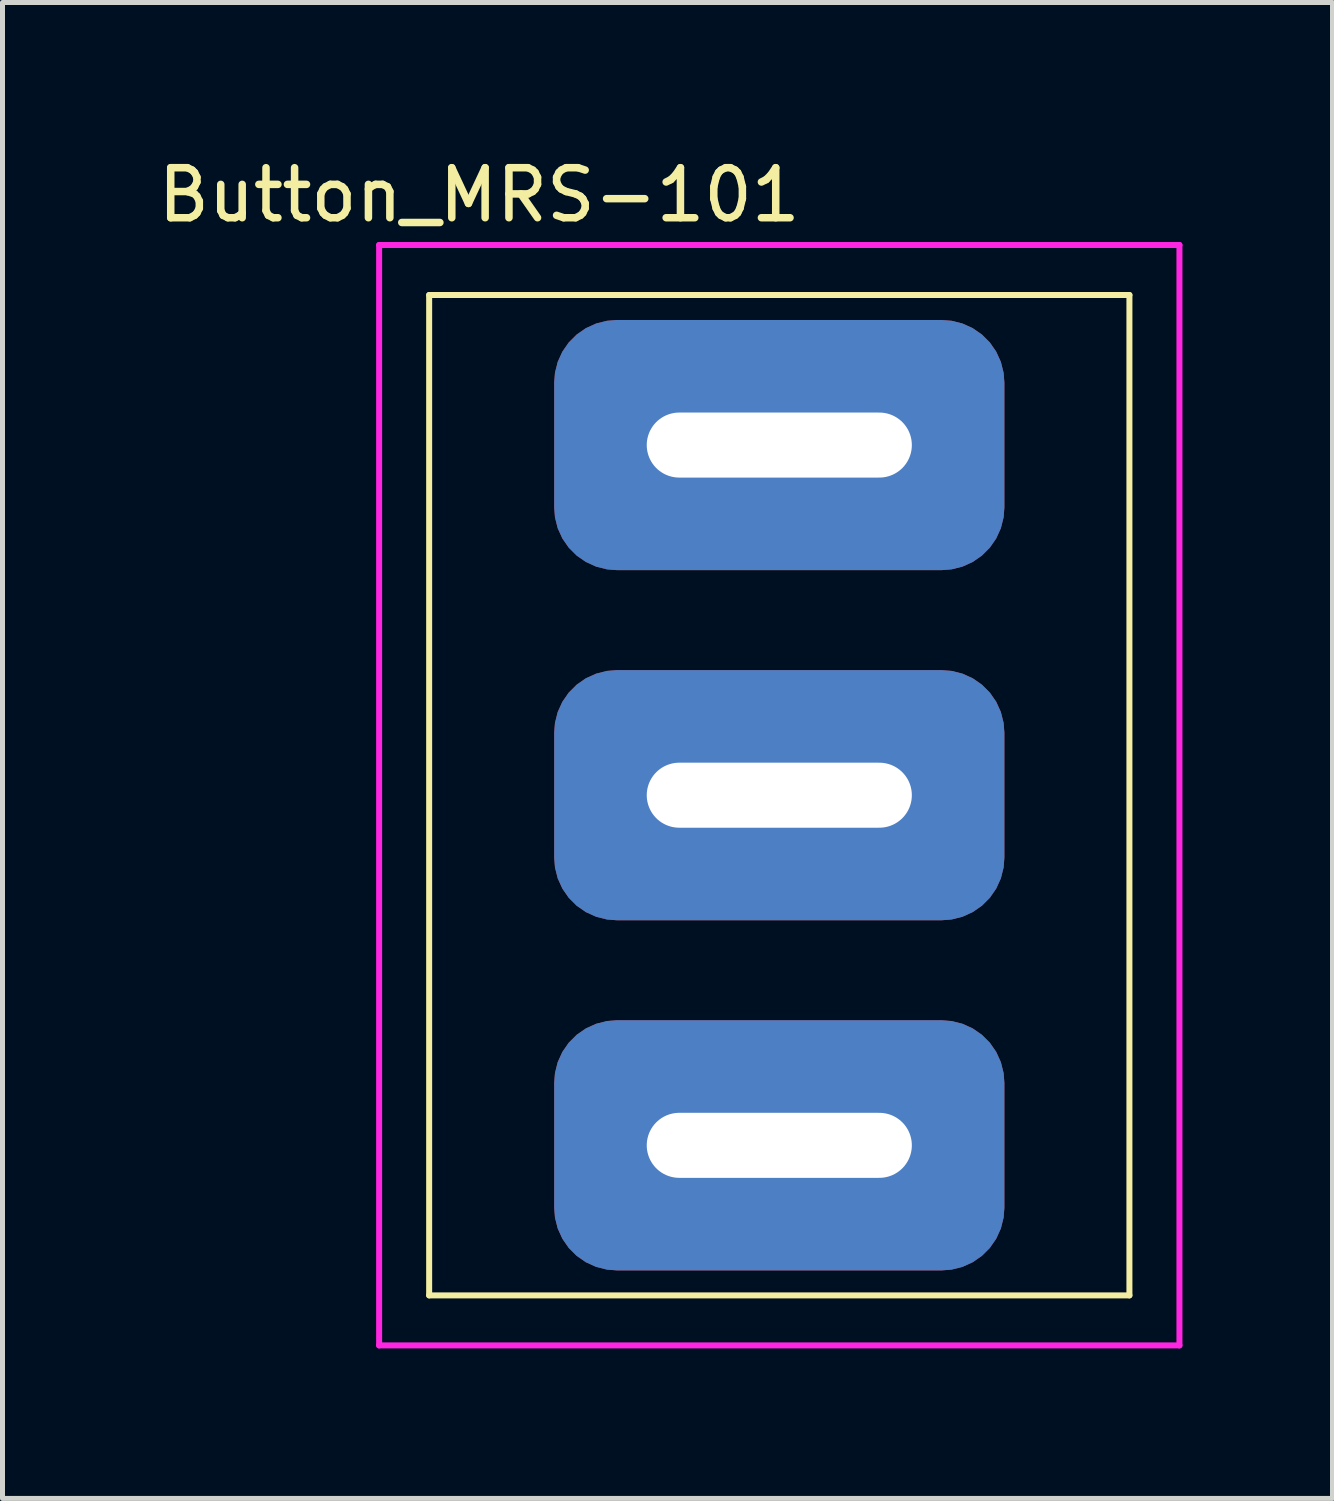
<source format=kicad_pcb>
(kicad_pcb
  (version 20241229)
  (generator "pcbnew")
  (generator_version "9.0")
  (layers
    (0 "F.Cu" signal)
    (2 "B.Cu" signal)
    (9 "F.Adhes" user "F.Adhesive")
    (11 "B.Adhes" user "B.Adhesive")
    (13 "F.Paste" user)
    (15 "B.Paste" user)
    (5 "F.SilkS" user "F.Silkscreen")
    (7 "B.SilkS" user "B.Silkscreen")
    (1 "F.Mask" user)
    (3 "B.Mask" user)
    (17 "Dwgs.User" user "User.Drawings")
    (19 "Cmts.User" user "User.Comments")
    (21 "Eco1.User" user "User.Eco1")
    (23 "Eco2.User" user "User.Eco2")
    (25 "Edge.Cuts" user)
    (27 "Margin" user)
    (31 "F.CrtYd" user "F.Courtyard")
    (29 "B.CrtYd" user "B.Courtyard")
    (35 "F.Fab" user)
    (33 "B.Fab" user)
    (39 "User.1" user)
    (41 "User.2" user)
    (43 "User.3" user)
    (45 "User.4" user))
  (footprint "Button_MRS-101"
    (layer "F.Cu")
    (at 12.53 12.848)
    (property "Reference" "Button_MRS-101" (at -6 -12 0) (layer "F.SilkS") (effects (font (size 1 1) (thickness 0.15))))
    (attr through_hole)
    (fp_line (start -7 -10) (end 7 -10) (stroke (width 0.12) (type solid)) (layer "F.SilkS"))
    (fp_line (start -7 10) (end -7 -10) (stroke (width 0.12) (type solid)) (layer "F.SilkS"))
    (fp_line (start 7 -10) (end 7 10) (stroke (width 0.12) (type solid)) (layer "F.SilkS"))
    (fp_line (start 7 10) (end -7 10) (stroke (width 0.12) (type solid)) (layer "F.SilkS"))
    (fp_line (start -8 -11) (end -8 11) (stroke (width 0.12) (type solid)) (layer "F.CrtYd"))
    (fp_line (start -8 -11) (end 8 -11) (stroke (width 0.12) (type solid)) (layer "F.CrtYd"))
    (fp_line (start -8 11) (end 8 11) (stroke (width 0.12) (type solid)) (layer "F.CrtYd"))
    (fp_line (start 8 -11) (end 8 11) (stroke (width 0.12) (type solid)) (layer "F.CrtYd"))
    (pad "1" thru_hole roundrect (at 0 -7) (size 9 5) (drill oval 5.3 1.3) (layers "*.Cu" "*.Mask") (roundrect_rratio 0.25))
    (pad "2" thru_hole roundrect (at 0 0) (size 9 5) (drill oval 5.3 1.3) (layers "*.Cu" "*.Mask") (roundrect_rratio 0.25))
    (pad "3" thru_hole roundrect (at 0 7) (size 9 5) (drill oval 5.3 1.3) (layers "*.Cu" "*.Mask") (roundrect_rratio 0.25)))
  (gr_rect
    (start -3 -3)
    (end 23.59 26.908)
    (stroke (width 0.1) (type default))
    (fill no)
    (layer "Edge.Cuts")))
</source>
